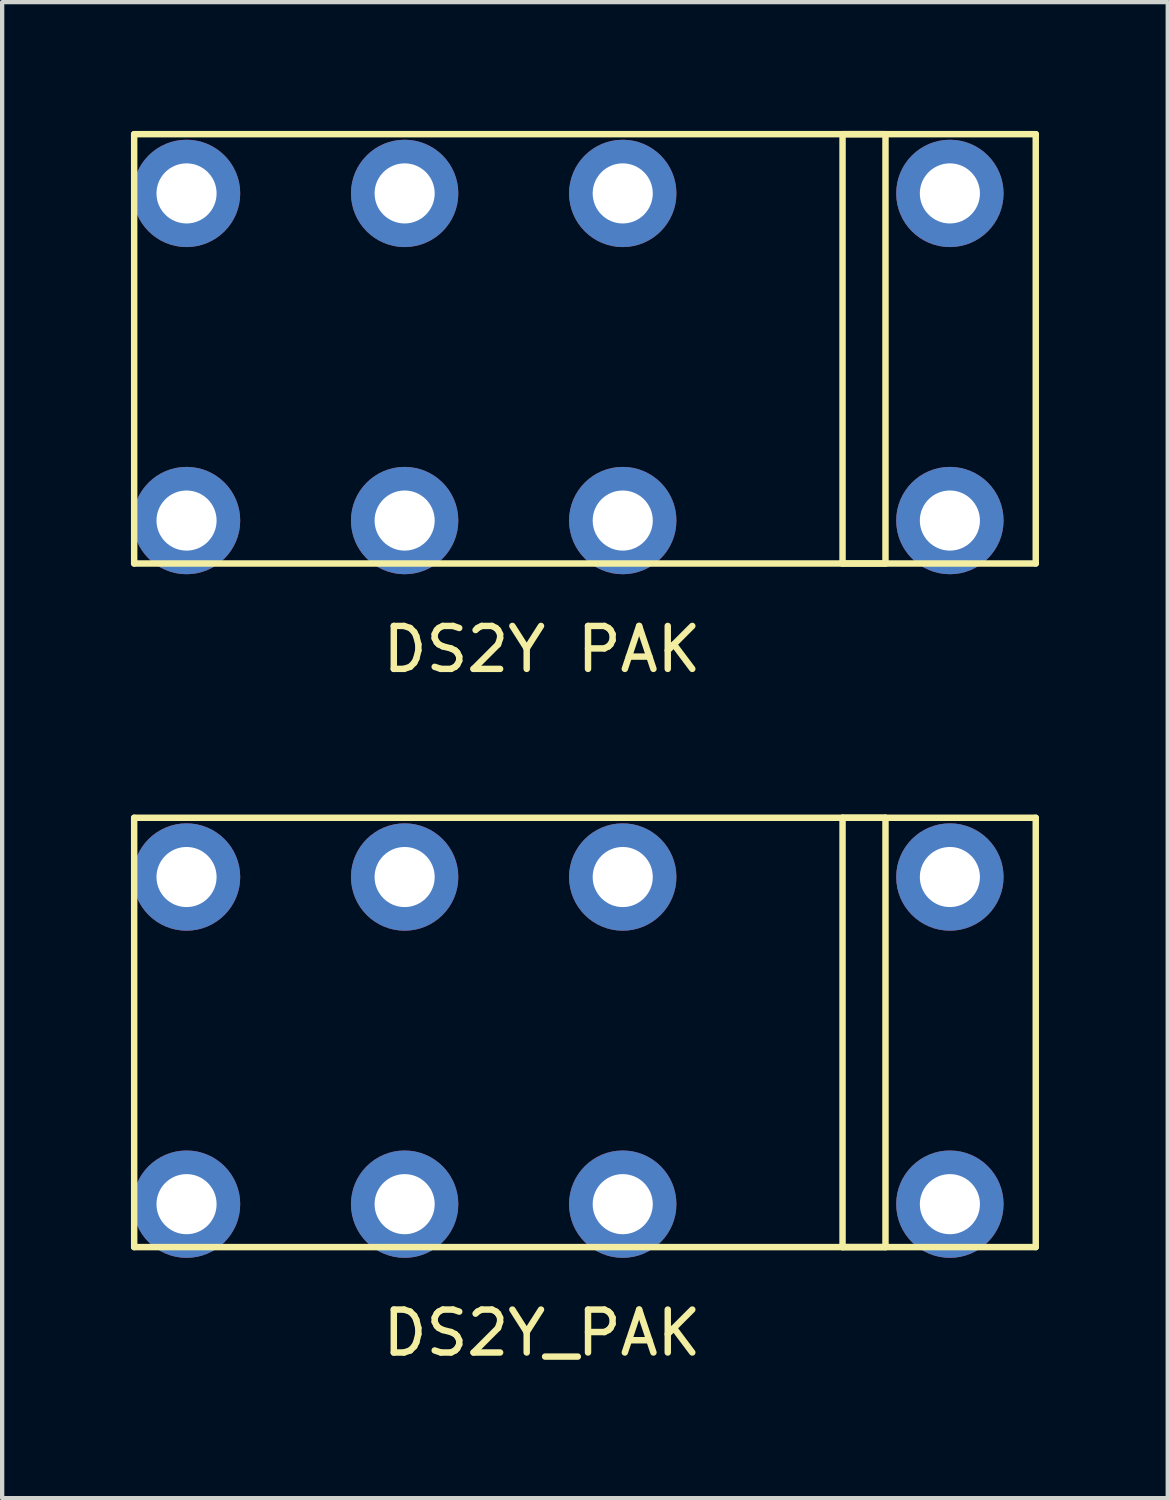
<source format=kicad_pcb>
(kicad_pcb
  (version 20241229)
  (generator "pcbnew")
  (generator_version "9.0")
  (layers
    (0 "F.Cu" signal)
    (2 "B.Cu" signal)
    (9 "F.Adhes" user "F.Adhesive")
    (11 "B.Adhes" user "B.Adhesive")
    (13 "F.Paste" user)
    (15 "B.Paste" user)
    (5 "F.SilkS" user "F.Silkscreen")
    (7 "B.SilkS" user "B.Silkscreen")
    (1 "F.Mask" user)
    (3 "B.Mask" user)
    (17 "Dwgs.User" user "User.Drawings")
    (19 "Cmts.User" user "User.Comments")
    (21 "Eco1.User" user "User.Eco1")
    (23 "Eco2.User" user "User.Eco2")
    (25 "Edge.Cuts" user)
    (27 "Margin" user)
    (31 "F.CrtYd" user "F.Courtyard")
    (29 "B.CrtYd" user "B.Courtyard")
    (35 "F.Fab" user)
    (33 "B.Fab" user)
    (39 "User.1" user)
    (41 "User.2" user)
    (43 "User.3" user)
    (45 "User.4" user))
  (footprint "DS2Y_PAK"
    (layer "F.Cu")
    (at 19.075 24.998)
    (property "Reference" "DS2Y_PAK" (at -9.5 3 0) (layer "F.SilkS") (effects (font (size 1 1) (thickness 0.15))))
    (attr through_hole)
    (fp_line (start -19 -9) (end 2 -9) (stroke (width 0.15) (type solid)) (layer "F.SilkS"))
    (fp_line (start -19 1) (end -19 -9) (stroke (width 0.15) (type solid)) (layer "F.SilkS"))
    (fp_line (start -2.5 -9) (end -1.5 -9) (stroke (width 0.15) (type solid)) (layer "F.SilkS"))
    (fp_line (start -2.5 1) (end -2.5 -9) (stroke (width 0.15) (type solid)) (layer "F.SilkS"))
    (fp_line (start -1.5 -9) (end -1.5 1) (stroke (width 0.15) (type solid)) (layer "F.SilkS"))
    (fp_line (start -1.5 1) (end -2.5 1) (stroke (width 0.15) (type solid)) (layer "F.SilkS"))
    (fp_line (start 2 -9) (end 2 1) (stroke (width 0.15) (type solid)) (layer "F.SilkS"))
    (fp_line (start 2 1) (end -19 1) (stroke (width 0.15) (type solid)) (layer "F.SilkS"))
    (pad "1" thru_hole circle (at 0 0) (size 2.5 2.5) (drill 1.4) (layers "*.Cu" "*.Mask"))
    (pad "2" thru_hole circle (at -7.62 0) (size 2.5 2.5) (drill 1.4) (layers "*.Cu" "*.Mask"))
    (pad "3" thru_hole circle (at -12.7 0) (size 2.5 2.5) (drill 1.4) (layers "*.Cu" "*.Mask"))
    (pad "4" thru_hole circle (at -17.78 0) (size 2.5 2.5) (drill 1.4) (layers "*.Cu" "*.Mask"))
    (pad "5" thru_hole circle (at -17.78 -7.62) (size 2.5 2.5) (drill 1.4) (layers "*.Cu" "*.Mask"))
    (pad "6" thru_hole circle (at -12.7 -7.62) (size 2.5 2.5) (drill 1.4) (layers "*.Cu" "*.Mask"))
    (pad "7" thru_hole circle (at -7.62 -7.62) (size 2.5 2.5) (drill 1.4) (layers "*.Cu" "*.Mask"))
    (pad "8" thru_hole circle (at 0 -7.62) (size 2.5 2.5) (drill 1.4) (layers "*.Cu" "*.Mask")))
  (footprint "DS2Y PAK"
    (layer "F.Cu")
    (at 19.075 9.075)
    (property "Reference" "DS2Y PAK" (at -9.5 3 0) (layer "F.SilkS") (effects (font (size 1 1) (thickness 0.15))))
    (attr through_hole)
    (fp_line (start -19 -9) (end 2 -9) (stroke (width 0.15) (type solid)) (layer "F.SilkS"))
    (fp_line (start -19 1) (end -19 -9) (stroke (width 0.15) (type solid)) (layer "F.SilkS"))
    (fp_line (start -2.5 -9) (end -1.5 -9) (stroke (width 0.15) (type solid)) (layer "F.SilkS"))
    (fp_line (start -2.5 1) (end -2.5 -9) (stroke (width 0.15) (type solid)) (layer "F.SilkS"))
    (fp_line (start -1.5 -9) (end -1.5 1) (stroke (width 0.15) (type solid)) (layer "F.SilkS"))
    (fp_line (start -1.5 1) (end -2.5 1) (stroke (width 0.15) (type solid)) (layer "F.SilkS"))
    (fp_line (start 2 -9) (end 2 1) (stroke (width 0.15) (type solid)) (layer "F.SilkS"))
    (fp_line (start 2 1) (end -19 1) (stroke (width 0.15) (type solid)) (layer "F.SilkS"))
    (pad "1" thru_hole circle (at 0 0) (size 2.5 2.5) (drill 1.4) (layers "*.Cu" "*.Mask"))
    (pad "2" thru_hole circle (at -7.62 0) (size 2.5 2.5) (drill 1.4) (layers "*.Cu" "*.Mask"))
    (pad "3" thru_hole circle (at -12.7 0) (size 2.5 2.5) (drill 1.4) (layers "*.Cu" "*.Mask"))
    (pad "4" thru_hole circle (at -17.78 0) (size 2.5 2.5) (drill 1.4) (layers "*.Cu" "*.Mask"))
    (pad "5" thru_hole circle (at -17.78 -7.62) (size 2.5 2.5) (drill 1.4) (layers "*.Cu" "*.Mask"))
    (pad "6" thru_hole circle (at -12.7 -7.62) (size 2.5 2.5) (drill 1.4) (layers "*.Cu" "*.Mask"))
    (pad "7" thru_hole circle (at -7.62 -7.62) (size 2.5 2.5) (drill 1.4) (layers "*.Cu" "*.Mask"))
    (pad "8" thru_hole circle (at 0 -7.62) (size 2.5 2.5) (drill 1.4) (layers "*.Cu" "*.Mask")))
  (gr_rect
    (start -3 -3)
    (end 24.15 31.846)
    (stroke (width 0.1) (type default))
    (fill no)
    (layer "Edge.Cuts")))
</source>
